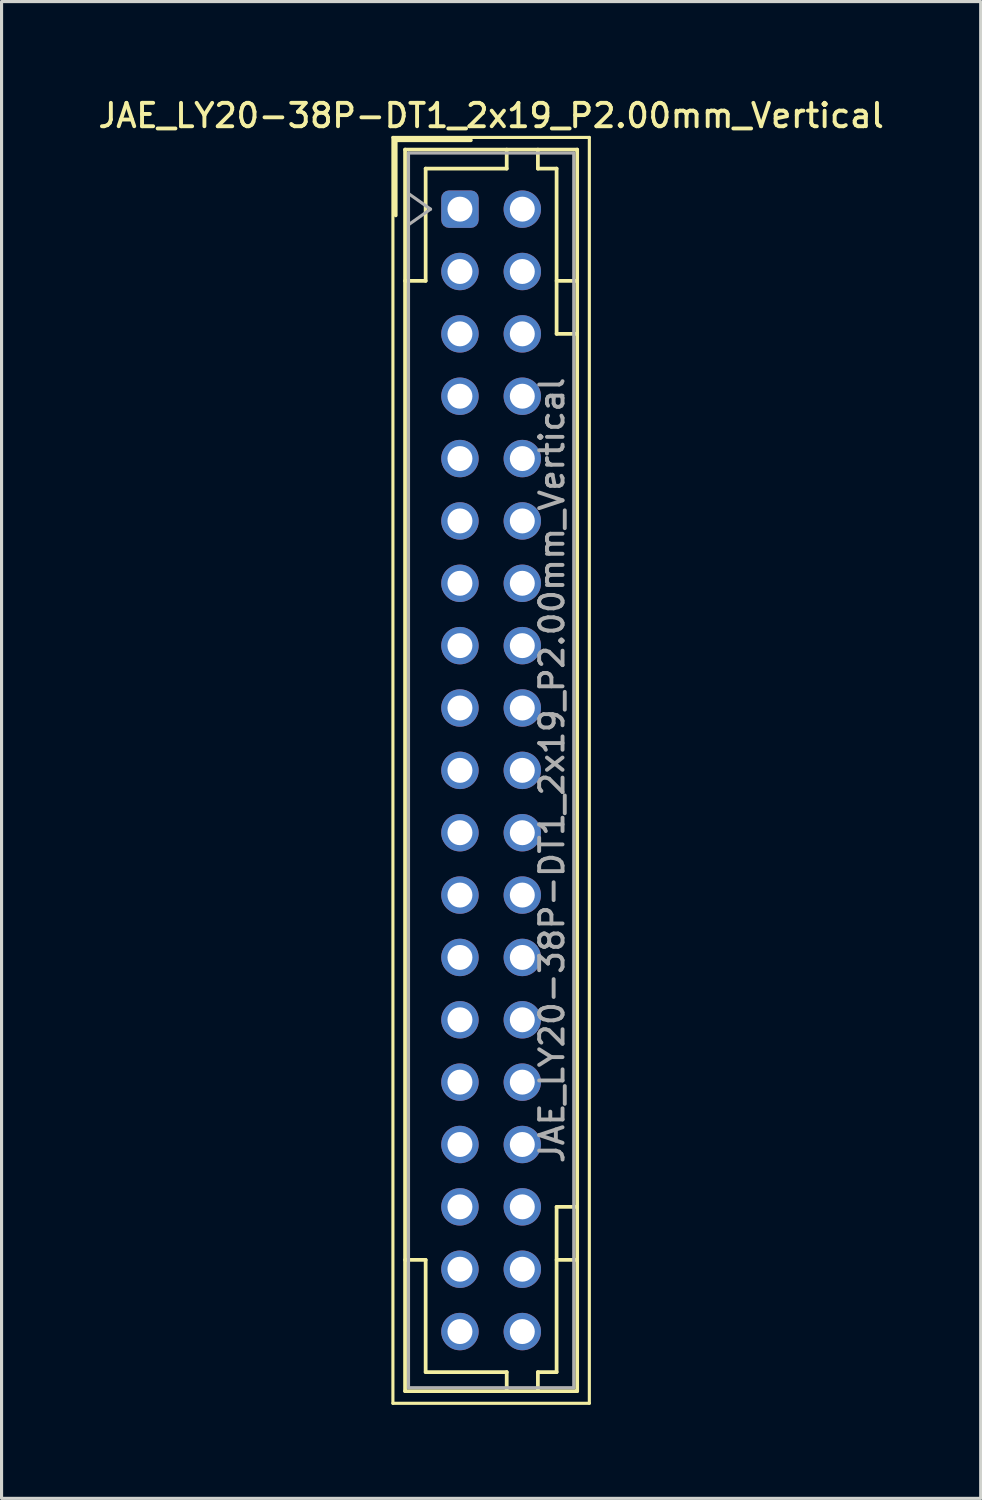
<source format=kicad_pcb>
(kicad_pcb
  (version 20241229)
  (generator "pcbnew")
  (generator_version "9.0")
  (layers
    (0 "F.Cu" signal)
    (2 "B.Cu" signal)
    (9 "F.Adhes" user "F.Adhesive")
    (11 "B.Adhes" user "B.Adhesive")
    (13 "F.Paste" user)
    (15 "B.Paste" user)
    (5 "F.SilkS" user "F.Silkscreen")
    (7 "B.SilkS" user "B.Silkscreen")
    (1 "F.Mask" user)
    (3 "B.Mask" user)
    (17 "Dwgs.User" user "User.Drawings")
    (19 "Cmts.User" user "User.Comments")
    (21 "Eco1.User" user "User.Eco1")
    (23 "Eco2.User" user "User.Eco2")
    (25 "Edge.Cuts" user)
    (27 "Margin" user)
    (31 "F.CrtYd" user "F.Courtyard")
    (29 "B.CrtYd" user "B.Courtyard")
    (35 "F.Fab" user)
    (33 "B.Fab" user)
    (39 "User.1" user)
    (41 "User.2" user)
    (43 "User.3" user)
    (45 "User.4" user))
  (footprint "JAE_LY20-38P-DT1_2x19_P2.00mm_Vertical"
    (layer "F.Cu")
    (at 11.702 3.658)
    (property "Reference" "JAE_LY20-38P-DT1_2x19_P2.00mm_Vertical" (at 1 -3 0) (layer "F.SilkS") (effects (font (size 0.75 0.75) (thickness 0.125))))
    (attr through_hole)
    (fp_line (start -2.15 -2.3) (end -2.15 38.3) (stroke (width 0.1) (type solid)) (layer "F.SilkS"))
    (fp_line (start -2.15 38.3) (end 4.15 38.3) (stroke (width 0.1) (type solid)) (layer "F.SilkS"))
    (fp_line (start -2.06 -2.21) (end -2.06 0.2) (stroke (width 0.12) (type solid)) (layer "F.SilkS"))
    (fp_line (start -1.76 -1.91) (end -1.76 37.91) (stroke (width 0.12) (type solid)) (layer "F.SilkS"))
    (fp_line (start -1.76 37.91) (end 3.76 37.91) (stroke (width 0.12) (type solid)) (layer "F.SilkS"))
    (fp_line (start -1.1 -1.3) (end -1.1 2.3) (stroke (width 0.12) (type solid)) (layer "F.SilkS"))
    (fp_line (start -1.1 2.3) (end -1.76 2.3) (stroke (width 0.12) (type solid)) (layer "F.SilkS"))
    (fp_line (start -1.1 33.7) (end -1.76 33.7) (stroke (width 0.12) (type solid)) (layer "F.SilkS"))
    (fp_line (start -1.1 37.3) (end -1.1 33.7) (stroke (width 0.12) (type solid)) (layer "F.SilkS"))
    (fp_line (start 0.35 -2.21) (end -2.06 -2.21) (stroke (width 0.12) (type solid)) (layer "F.SilkS"))
    (fp_line (start 1.5 -1.91) (end 1.5 -1.3) (stroke (width 0.12) (type solid)) (layer "F.SilkS"))
    (fp_line (start 1.5 -1.3) (end -1.1 -1.3) (stroke (width 0.12) (type solid)) (layer "F.SilkS"))
    (fp_line (start 1.5 37.3) (end -1.1 37.3) (stroke (width 0.12) (type solid)) (layer "F.SilkS"))
    (fp_line (start 1.5 37.91) (end 1.5 37.3) (stroke (width 0.12) (type solid)) (layer "F.SilkS"))
    (fp_line (start 2.5 -1.91) (end 2.5 -1.3) (stroke (width 0.12) (type solid)) (layer "F.SilkS"))
    (fp_line (start 2.5 -1.3) (end 3.1 -1.3) (stroke (width 0.12) (type solid)) (layer "F.SilkS"))
    (fp_line (start 2.5 37.3) (end 3.1 37.3) (stroke (width 0.12) (type solid)) (layer "F.SilkS"))
    (fp_line (start 2.5 37.91) (end 2.5 37.3) (stroke (width 0.12) (type solid)) (layer "F.SilkS"))
    (fp_line (start 3.1 -1.3) (end 3.1 4) (stroke (width 0.12) (type solid)) (layer "F.SilkS"))
    (fp_line (start 3.1 4) (end 3.76 4) (stroke (width 0.12) (type solid)) (layer "F.SilkS"))
    (fp_line (start 3.1 32) (end 3.76 32) (stroke (width 0.12) (type solid)) (layer "F.SilkS"))
    (fp_line (start 3.1 37.3) (end 3.1 32) (stroke (width 0.12) (type solid)) (layer "F.SilkS"))
    (fp_line (start 3.76 -1.91) (end -1.76 -1.91) (stroke (width 0.12) (type solid)) (layer "F.SilkS"))
    (fp_line (start 3.76 2.3) (end 3.1 2.3) (stroke (width 0.12) (type solid)) (layer "F.SilkS"))
    (fp_line (start 3.76 33.7) (end 3.1 33.7) (stroke (width 0.12) (type solid)) (layer "F.SilkS"))
    (fp_line (start 3.76 37.91) (end 3.76 -1.91) (stroke (width 0.12) (type solid)) (layer "F.SilkS"))
    (fp_line (start 4.15 -2.3) (end -2.15 -2.3) (stroke (width 0.1) (type solid)) (layer "F.SilkS"))
    (fp_line (start 4.15 38.3) (end 4.15 -2.3) (stroke (width 0.1) (type solid)) (layer "F.SilkS"))
    (fp_line (start -1.65 -1.8) (end -1.65 37.8) (stroke (width 0.1) (type solid)) (layer "F.Fab"))
    (fp_line (start -1.65 0.5) (end -0.943 0) (stroke (width 0.1) (type solid)) (layer "F.Fab"))
    (fp_line (start -1.65 37.8) (end 3.65 37.8) (stroke (width 0.1) (type solid)) (layer "F.Fab"))
    (fp_line (start -0.943 0) (end -1.65 -0.5) (stroke (width 0.1) (type solid)) (layer "F.Fab"))
    (fp_line (start 3.65 -1.8) (end -1.65 -1.8) (stroke (width 0.1) (type solid)) (layer "F.Fab"))
    (fp_line (start 3.65 37.8) (end 3.65 -1.8) (stroke (width 0.1) (type solid)) (layer "F.Fab"))
    (fp_text user "${REFERENCE}" (at 2.95 18 90) (layer "F.Fab") (effects (font (size 0.75 0.75) (thickness 0.125))))
    (pad "a1" thru_hole roundrect (at 0 0) (size 1.2 1.2) (drill 0.8) (layers "*.Cu" "*.Mask") (roundrect_rratio 0.208))
    (pad "a2" thru_hole circle (at 0 2) (size 1.2 1.2) (drill 0.8) (layers "*.Cu" "*.Mask"))
    (pad "a3" thru_hole circle (at 0 4) (size 1.2 1.2) (drill 0.8) (layers "*.Cu" "*.Mask"))
    (pad "a4" thru_hole circle (at 0 6) (size 1.2 1.2) (drill 0.8) (layers "*.Cu" "*.Mask"))
    (pad "a5" thru_hole circle (at 0 8) (size 1.2 1.2) (drill 0.8) (layers "*.Cu" "*.Mask"))
    (pad "a6" thru_hole circle (at 0 10) (size 1.2 1.2) (drill 0.8) (layers "*.Cu" "*.Mask"))
    (pad "a7" thru_hole circle (at 0 12) (size 1.2 1.2) (drill 0.8) (layers "*.Cu" "*.Mask"))
    (pad "a8" thru_hole circle (at 0 14) (size 1.2 1.2) (drill 0.8) (layers "*.Cu" "*.Mask"))
    (pad "a9" thru_hole circle (at 0 16) (size 1.2 1.2) (drill 0.8) (layers "*.Cu" "*.Mask"))
    (pad "a10" thru_hole circle (at 0 18) (size 1.2 1.2) (drill 0.8) (layers "*.Cu" "*.Mask"))
    (pad "a11" thru_hole circle (at 0 20) (size 1.2 1.2) (drill 0.8) (layers "*.Cu" "*.Mask"))
    (pad "a12" thru_hole circle (at 0 22) (size 1.2 1.2) (drill 0.8) (layers "*.Cu" "*.Mask"))
    (pad "a13" thru_hole circle (at 0 24) (size 1.2 1.2) (drill 0.8) (layers "*.Cu" "*.Mask"))
    (pad "a14" thru_hole circle (at 0 26) (size 1.2 1.2) (drill 0.8) (layers "*.Cu" "*.Mask"))
    (pad "a15" thru_hole circle (at 0 28) (size 1.2 1.2) (drill 0.8) (layers "*.Cu" "*.Mask"))
    (pad "a16" thru_hole circle (at 0 30) (size 1.2 1.2) (drill 0.8) (layers "*.Cu" "*.Mask"))
    (pad "a17" thru_hole circle (at 0 32) (size 1.2 1.2) (drill 0.8) (layers "*.Cu" "*.Mask"))
    (pad "a18" thru_hole circle (at 0 34) (size 1.2 1.2) (drill 0.8) (layers "*.Cu" "*.Mask"))
    (pad "a19" thru_hole circle (at 0 36) (size 1.2 1.2) (drill 0.8) (layers "*.Cu" "*.Mask"))
    (pad "b1" thru_hole circle (at 2 0) (size 1.2 1.2) (drill 0.8) (layers "*.Cu" "*.Mask"))
    (pad "b2" thru_hole circle (at 2 2) (size 1.2 1.2) (drill 0.8) (layers "*.Cu" "*.Mask"))
    (pad "b3" thru_hole circle (at 2 4) (size 1.2 1.2) (drill 0.8) (layers "*.Cu" "*.Mask"))
    (pad "b4" thru_hole circle (at 2 6) (size 1.2 1.2) (drill 0.8) (layers "*.Cu" "*.Mask"))
    (pad "b5" thru_hole circle (at 2 8) (size 1.2 1.2) (drill 0.8) (layers "*.Cu" "*.Mask"))
    (pad "b6" thru_hole circle (at 2 10) (size 1.2 1.2) (drill 0.8) (layers "*.Cu" "*.Mask"))
    (pad "b7" thru_hole circle (at 2 12) (size 1.2 1.2) (drill 0.8) (layers "*.Cu" "*.Mask"))
    (pad "b8" thru_hole circle (at 2 14) (size 1.2 1.2) (drill 0.8) (layers "*.Cu" "*.Mask"))
    (pad "b9" thru_hole circle (at 2 16) (size 1.2 1.2) (drill 0.8) (layers "*.Cu" "*.Mask"))
    (pad "b10" thru_hole circle (at 2 18) (size 1.2 1.2) (drill 0.8) (layers "*.Cu" "*.Mask"))
    (pad "b11" thru_hole circle (at 2 20) (size 1.2 1.2) (drill 0.8) (layers "*.Cu" "*.Mask"))
    (pad "b12" thru_hole circle (at 2 22) (size 1.2 1.2) (drill 0.8) (layers "*.Cu" "*.Mask"))
    (pad "b13" thru_hole circle (at 2 24) (size 1.2 1.2) (drill 0.8) (layers "*.Cu" "*.Mask"))
    (pad "b14" thru_hole circle (at 2 26) (size 1.2 1.2) (drill 0.8) (layers "*.Cu" "*.Mask"))
    (pad "b15" thru_hole circle (at 2 28) (size 1.2 1.2) (drill 0.8) (layers "*.Cu" "*.Mask"))
    (pad "b16" thru_hole circle (at 2 30) (size 1.2 1.2) (drill 0.8) (layers "*.Cu" "*.Mask"))
    (pad "b17" thru_hole circle (at 2 32) (size 1.2 1.2) (drill 0.8) (layers "*.Cu" "*.Mask"))
    (pad "b18" thru_hole circle (at 2 34) (size 1.2 1.2) (drill 0.8) (layers "*.Cu" "*.Mask"))
    (pad "b19" thru_hole circle (at 2 36) (size 1.2 1.2) (drill 0.8) (layers "*.Cu" "*.Mask")))
  (gr_rect
    (start -3 -3)
    (end 28.404 45.008)
    (stroke (width 0.1) (type default))
    (fill no)
    (layer "Edge.Cuts")))
</source>
